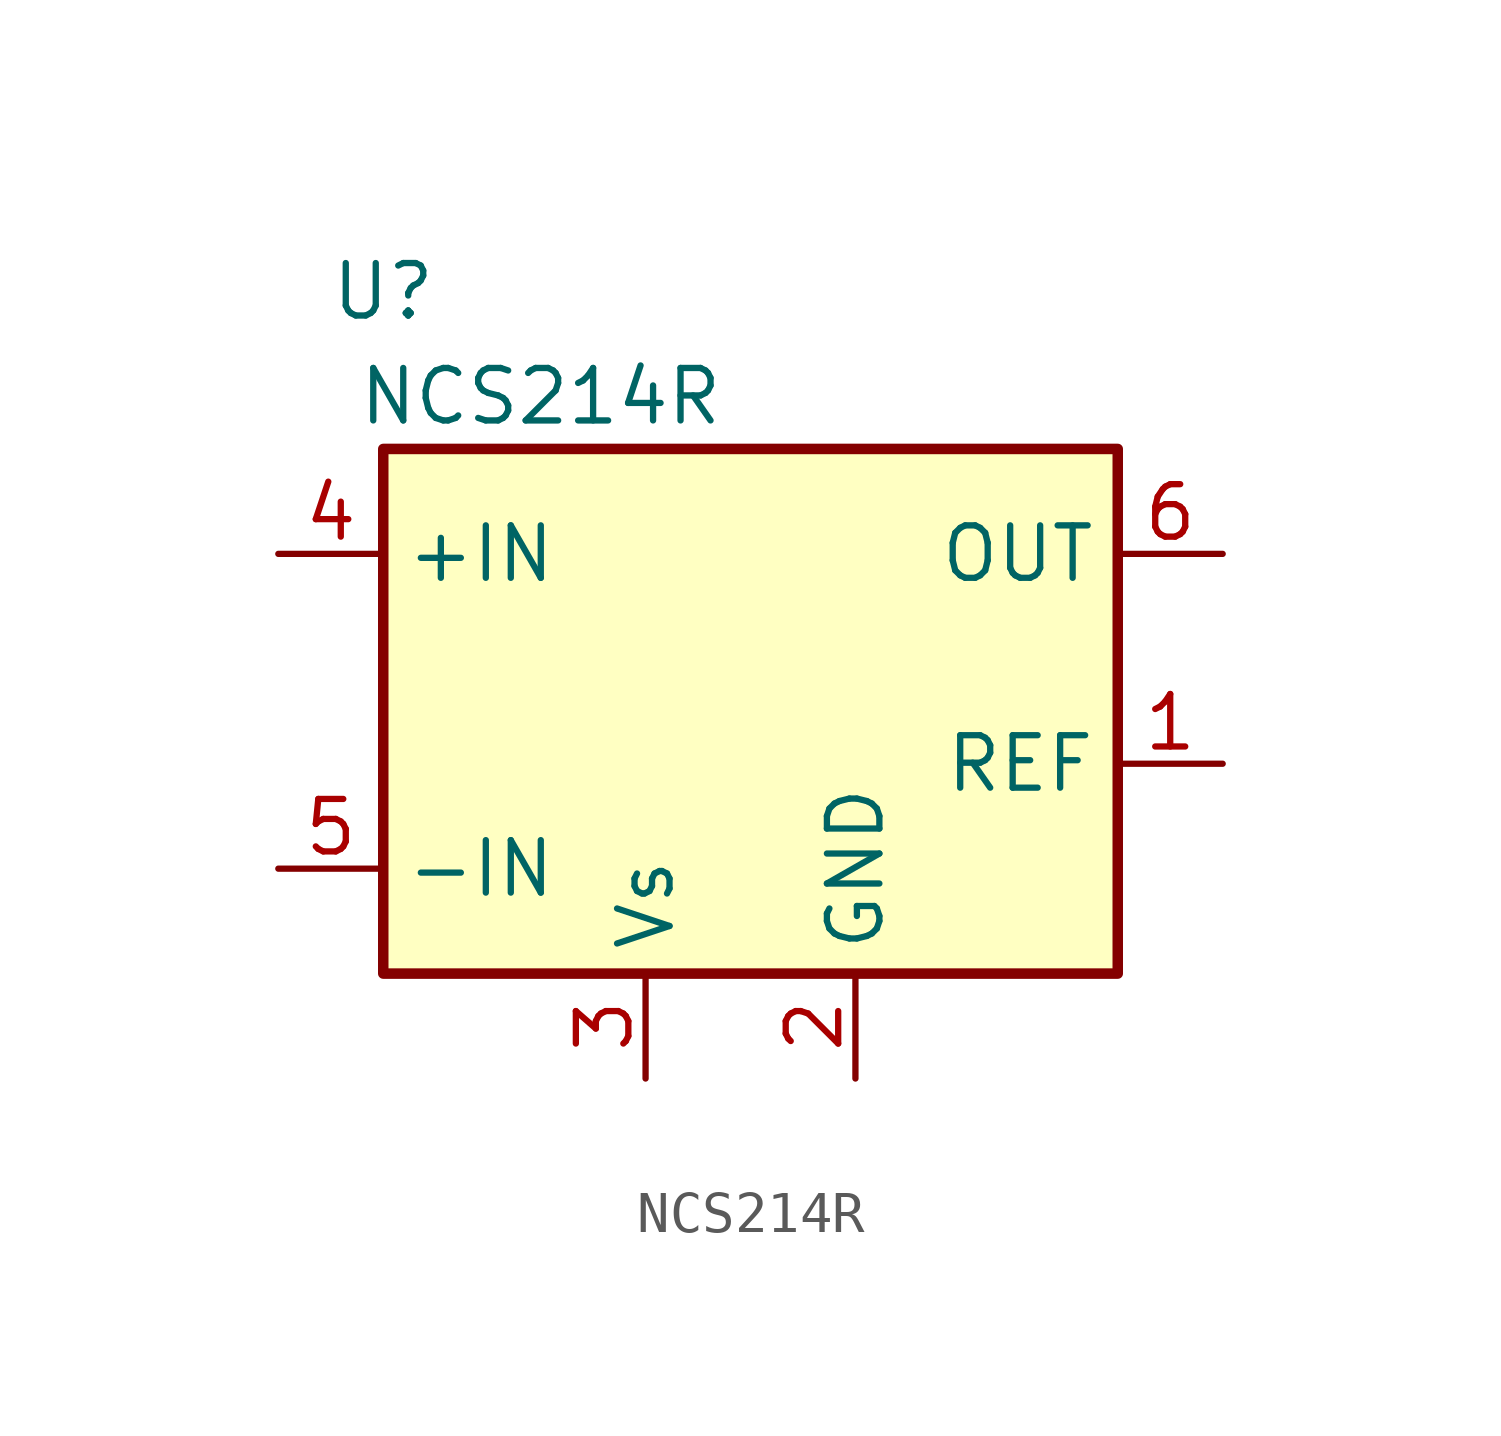
<source format=kicad_sym>
(kicad_symbol_lib
  (version 20241209)
  (generator "kicad_symbol_editor")
  (generator_version "9.0")
  (symbol "NCS214R"
    (property "Reference" "U"
      (at 2.54 8.89 0)
      (effects (font (size 1.27 1.27))))
    (property "Value" "NCS214R"
      (at 6.35 6.35 0)
      (effects (font (size 1.27 1.27))))
    (symbol "NCS214R_0_1"
      (rectangle (start 2.54 5.08) (end 20.32 -7.62) (stroke (width 0.254) (type default)) (fill (type background))))
    (symbol "NCS214R_1_1"
      (pin input line (at 0 2.54 0) (length 2.54) (name "+IN" (effects (font (size 1.27 1.27)))) (number "4" (effects (font (size 1.27 1.27)))))
      (pin input line (at 0 -5.08 0) (length 2.54) (name "-IN" (effects (font (size 1.27 1.27)))) (number "5" (effects (font (size 1.27 1.27)))))
      (pin power_in line (at 8.89 -10.16 90) (length 2.54) (name "Vs" (effects (font (size 1.27 1.27)))) (number "3" (effects (font (size 1.27 1.27)))))
      (pin power_in line (at 13.97 -10.16 90) (length 2.54) (name "GND" (effects (font (size 1.27 1.27)))) (number "2" (effects (font (size 1.27 1.27)))))
      (pin output line (at 22.86 2.54 180) (length 2.54) (name "OUT" (effects (font (size 1.27 1.27)))) (number "6" (effects (font (size 1.27 1.27)))))
      (pin input line (at 22.86 -2.54 180) (length 2.54) (name "REF" (effects (font (size 1.27 1.27)))) (number "1" (effects (font (size 1.27 1.27))))))))
</source>
